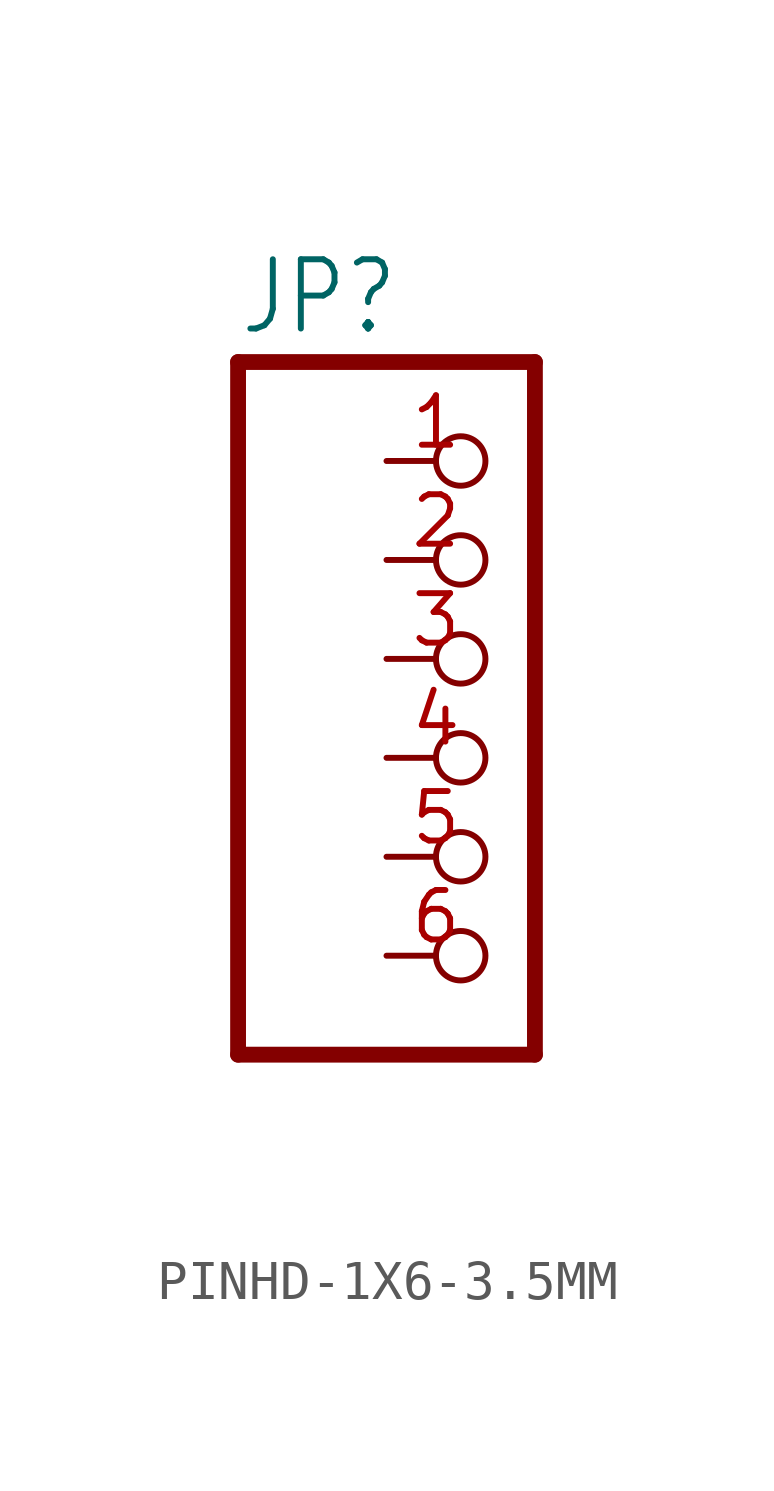
<source format=kicad_sym>
(kicad_symbol_lib
  (version 20220914)
  (generator kicad_symbol_editor)
  (symbol "PINHD-1X6-3.5MM"
    (property "Reference" "JP"
      (at -6.35 10.795 0)
      (effects (font (size 1.778 1.511)) (justify left bottom)))
    (property "Value" ""
      (at -6.35 -10.16 0)
      (effects (font (size 1.778 1.511)) (justify left bottom)))
    (property "ki_locked" ""
      (at 0 0 0)
      (effects (font (size 1.27 1.27))))
    (symbol "PINHD-1X6-3.5MM_1_0"
      (polyline (pts (xy -6.35 -7.62) (xy 1.27 -7.62)) (stroke (width 0.406) (type solid)) (fill (type none)))
      (polyline (pts (xy -6.35 10.16) (xy -6.35 -7.62)) (stroke (width 0.406) (type solid)) (fill (type none)))
      (polyline (pts (xy 1.27 -7.62) (xy 1.27 10.16)) (stroke (width 0.406) (type solid)) (fill (type none)))
      (polyline (pts (xy 1.27 10.16) (xy -6.35 10.16)) (stroke (width 0.406) (type solid)) (fill (type none)))
      (pin passive inverted (at -2.54 7.62 0) (length 2.54) (name "1" (effects (font (size 0 0)))) (number "1" (effects (font (size 1.27 1.27)))))
      (pin passive inverted (at -2.54 5.08 0) (length 2.54) (name "2" (effects (font (size 0 0)))) (number "2" (effects (font (size 1.27 1.27)))))
      (pin passive inverted (at -2.54 2.54 0) (length 2.54) (name "3" (effects (font (size 0 0)))) (number "3" (effects (font (size 1.27 1.27)))))
      (pin passive inverted (at -2.54 0 0) (length 2.54) (name "4" (effects (font (size 0 0)))) (number "4" (effects (font (size 1.27 1.27)))))
      (pin passive inverted (at -2.54 -2.54 0) (length 2.54) (name "5" (effects (font (size 0 0)))) (number "5" (effects (font (size 1.27 1.27)))))
      (pin passive inverted (at -2.54 -5.08 0) (length 2.54) (name "6" (effects (font (size 0 0)))) (number "6" (effects (font (size 1.27 1.27))))))))
</source>
